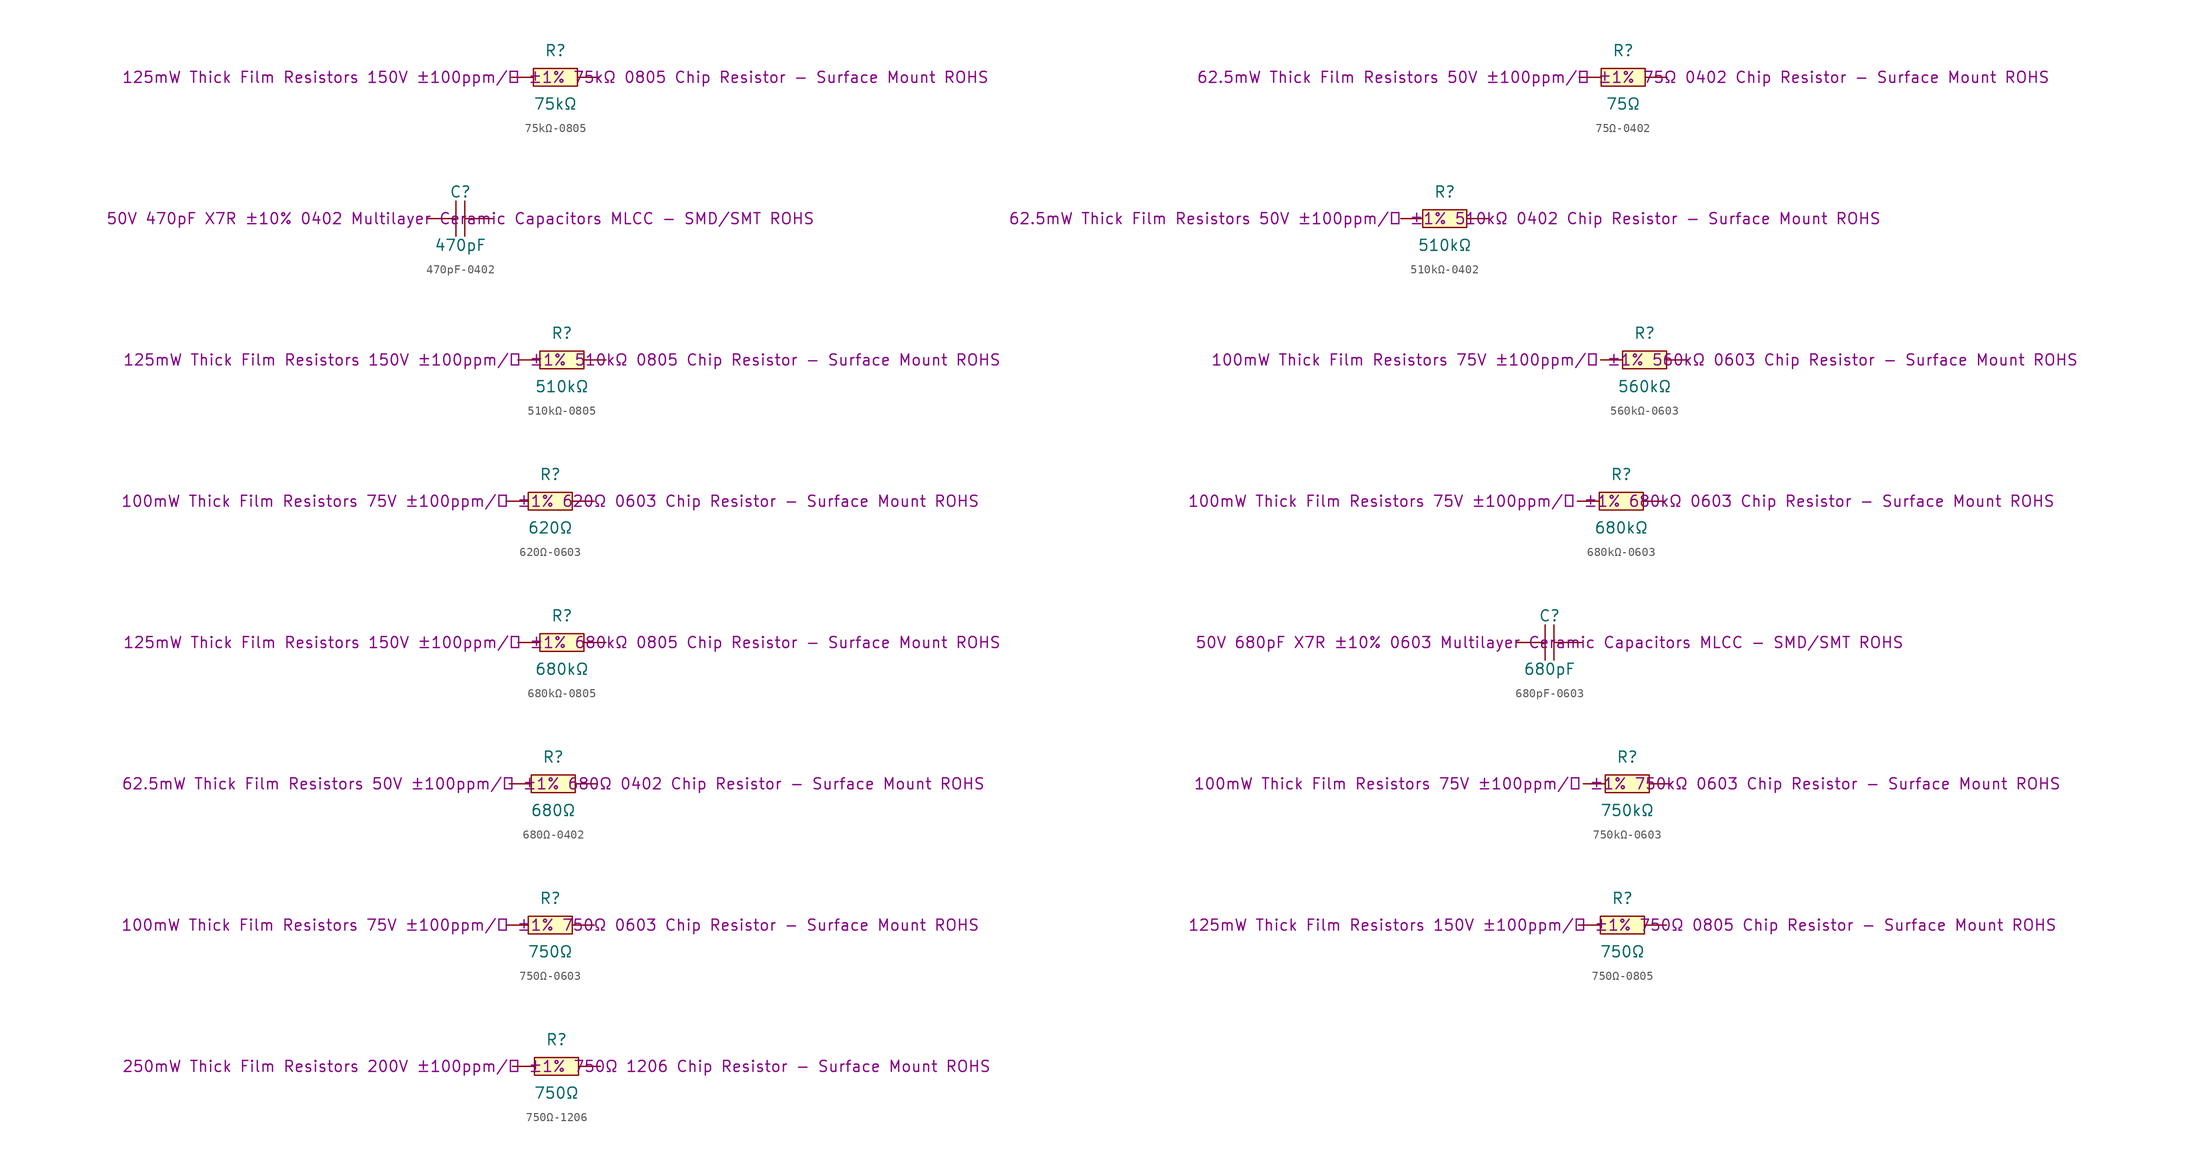
<source format=kicad_sym>
(kicad_symbol_lib
  (version 20241209)
  (generator "kicad_symbol_editor")
  (generator_version "9.0")
  (symbol "75kΩ-0805"
    (pin_numbers
      (hide yes))
    (pin_names
      (hide yes))
    (property "Reference" "R"
      (at 0 3.08 0)
      (effects (font (size 1.27 1.27))))
    (property "Value" "75kΩ"
      (at 0 -3.08 0)
      (effects (font (size 1.27 1.27))))
    (property "Description" "125mW Thick Film Resistors 150V ±100ppm/℃ ±1% 75kΩ 0805 Chip Resistor - Surface Mount ROHS"
      (at 0 0 0)
      (effects (font (size 1.27 1.27))))
    (symbol "75kΩ-0805_0_1"
      (rectangle (start -2.54 1.02) (end 2.54 -1.02) (stroke (width 0) (type default)) (fill (type background)))
      (pin input line (at -5.08 0 0) (length 2.54) (name "1" (effects (font (size 1.27 1.27)))) (number "1" (effects (font (size 1.27 1.27)))))
      (pin input line (at 5.08 0 180) (length 2.54) (name "2" (effects (font (size 1.27 1.27)))) (number "2" (effects (font (size 1.27 1.27)))))))
  (symbol "75Ω-0402"
    (pin_numbers
      (hide yes))
    (pin_names
      (hide yes))
    (property "Reference" "R"
      (at 0 3.08 0)
      (effects (font (size 1.27 1.27))))
    (property "Value" "75Ω"
      (at 0 -3.08 0)
      (effects (font (size 1.27 1.27))))
    (property "Description" "62.5mW Thick Film Resistors 50V ±100ppm/℃ ±1% 75Ω 0402 Chip Resistor - Surface Mount ROHS"
      (at 0 0 0)
      (effects (font (size 1.27 1.27))))
    (symbol "75Ω-0402_0_1"
      (rectangle (start -2.54 1.02) (end 2.54 -1.02) (stroke (width 0) (type default)) (fill (type background)))
      (pin input line (at -5.08 0 0) (length 2.54) (name "1" (effects (font (size 1.27 1.27)))) (number "1" (effects (font (size 1.27 1.27)))))
      (pin input line (at 5.08 0 180) (length 2.54) (name "2" (effects (font (size 1.27 1.27)))) (number "2" (effects (font (size 1.27 1.27)))))))
  (symbol "470pF-0402"
    (pin_numbers
      (hide yes))
    (pin_names
      (hide yes))
    (property "Reference" "C"
      (at 0 3.08 0)
      (effects (font (size 1.27 1.27))))
    (property "Value" "470pF"
      (at 0 -3.08 0)
      (effects (font (size 1.27 1.27))))
    (property "Description" "50V 470pF X7R ±10% 0402 Multilayer Ceramic Capacitors MLCC - SMD/SMT ROHS"
      (at 0 0 0)
      (effects (font (size 1.27 1.27))))
    (symbol "470pF-0402_0_1"
      (polyline (pts (xy -1.27 0) (xy -0.51 0)) (stroke (width 0) (type default)) (fill (type none)))
      (polyline (pts (xy -0.51 2.03) (xy -0.51 -2.03)) (stroke (width 0) (type default)) (fill (type none)))
      (polyline (pts (xy 0.51 2.03) (xy 0.51 -2.03)) (stroke (width 0) (type default)) (fill (type none)))
      (polyline (pts (xy 0.51 0) (xy 1.27 0)) (stroke (width 0) (type default)) (fill (type none)))
      (pin input line (at -3.81 0 0) (length 2.54) (name "1" (effects (font (size 1.27 1.27)))) (number "1" (effects (font (size 1.27 1.27)))))
      (pin input line (at 3.81 0 180) (length 2.54) (name "2" (effects (font (size 1.27 1.27)))) (number "2" (effects (font (size 1.27 1.27)))))))
  (symbol "510kΩ-0402"
    (pin_numbers
      (hide yes))
    (pin_names
      (hide yes))
    (property "Reference" "R"
      (at 0 3.08 0)
      (effects (font (size 1.27 1.27))))
    (property "Value" "510kΩ"
      (at 0 -3.08 0)
      (effects (font (size 1.27 1.27))))
    (property "Description" "62.5mW Thick Film Resistors 50V ±100ppm/℃ ±1% 510kΩ 0402 Chip Resistor - Surface Mount ROHS"
      (at 0 0 0)
      (effects (font (size 1.27 1.27))))
    (symbol "510kΩ-0402_0_1"
      (rectangle (start -2.54 1.02) (end 2.54 -1.02) (stroke (width 0) (type default)) (fill (type background)))
      (pin input line (at -5.08 0 0) (length 2.54) (name "1" (effects (font (size 1.27 1.27)))) (number "1" (effects (font (size 1.27 1.27)))))
      (pin input line (at 5.08 0 180) (length 2.54) (name "2" (effects (font (size 1.27 1.27)))) (number "2" (effects (font (size 1.27 1.27)))))))
  (symbol "510kΩ-0805"
    (pin_numbers
      (hide yes))
    (pin_names
      (hide yes))
    (property "Reference" "R"
      (at 0 3.08 0)
      (effects (font (size 1.27 1.27))))
    (property "Value" "510kΩ"
      (at 0 -3.08 0)
      (effects (font (size 1.27 1.27))))
    (property "Description" "125mW Thick Film Resistors 150V ±100ppm/℃ ±1% 510kΩ 0805 Chip Resistor - Surface Mount ROHS"
      (at 0 0 0)
      (effects (font (size 1.27 1.27))))
    (symbol "510kΩ-0805_0_1"
      (rectangle (start -2.54 1.02) (end 2.54 -1.02) (stroke (width 0) (type default)) (fill (type background)))
      (pin input line (at -5.08 0 0) (length 2.54) (name "1" (effects (font (size 1.27 1.27)))) (number "1" (effects (font (size 1.27 1.27)))))
      (pin input line (at 5.08 0 180) (length 2.54) (name "2" (effects (font (size 1.27 1.27)))) (number "2" (effects (font (size 1.27 1.27)))))))
  (symbol "560kΩ-0603"
    (pin_numbers
      (hide yes))
    (pin_names
      (hide yes))
    (property "Reference" "R"
      (at 0 3.08 0)
      (effects (font (size 1.27 1.27))))
    (property "Value" "560kΩ"
      (at 0 -3.08 0)
      (effects (font (size 1.27 1.27))))
    (property "Description" "100mW Thick Film Resistors 75V ±100ppm/℃ ±1% 560kΩ 0603 Chip Resistor - Surface Mount ROHS"
      (at 0 0 0)
      (effects (font (size 1.27 1.27))))
    (symbol "560kΩ-0603_0_1"
      (rectangle (start -2.54 1.02) (end 2.54 -1.02) (stroke (width 0) (type default)) (fill (type background)))
      (pin input line (at -5.08 0 0) (length 2.54) (name "1" (effects (font (size 1.27 1.27)))) (number "1" (effects (font (size 1.27 1.27)))))
      (pin input line (at 5.08 0 180) (length 2.54) (name "2" (effects (font (size 1.27 1.27)))) (number "2" (effects (font (size 1.27 1.27)))))))
  (symbol "620Ω-0603"
    (pin_numbers
      (hide yes))
    (pin_names
      (hide yes))
    (property "Reference" "R"
      (at 0 3.08 0)
      (effects (font (size 1.27 1.27))))
    (property "Value" "620Ω"
      (at 0 -3.08 0)
      (effects (font (size 1.27 1.27))))
    (property "Description" "100mW Thick Film Resistors 75V ±100ppm/℃ ±1% 620Ω 0603 Chip Resistor - Surface Mount ROHS"
      (at 0 0 0)
      (effects (font (size 1.27 1.27))))
    (symbol "620Ω-0603_0_1"
      (rectangle (start -2.54 1.02) (end 2.54 -1.02) (stroke (width 0) (type default)) (fill (type background)))
      (pin input line (at -5.08 0 0) (length 2.54) (name "1" (effects (font (size 1.27 1.27)))) (number "1" (effects (font (size 1.27 1.27)))))
      (pin input line (at 5.08 0 180) (length 2.54) (name "2" (effects (font (size 1.27 1.27)))) (number "2" (effects (font (size 1.27 1.27)))))))
  (symbol "680kΩ-0603"
    (pin_numbers
      (hide yes))
    (pin_names
      (hide yes))
    (property "Reference" "R"
      (at 0 3.08 0)
      (effects (font (size 1.27 1.27))))
    (property "Value" "680kΩ"
      (at 0 -3.08 0)
      (effects (font (size 1.27 1.27))))
    (property "Description" "100mW Thick Film Resistors 75V ±100ppm/℃ ±1% 680kΩ 0603 Chip Resistor - Surface Mount ROHS"
      (at 0 0 0)
      (effects (font (size 1.27 1.27))))
    (symbol "680kΩ-0603_0_1"
      (rectangle (start -2.54 1.02) (end 2.54 -1.02) (stroke (width 0) (type default)) (fill (type background)))
      (pin input line (at -5.08 0 0) (length 2.54) (name "1" (effects (font (size 1.27 1.27)))) (number "1" (effects (font (size 1.27 1.27)))))
      (pin input line (at 5.08 0 180) (length 2.54) (name "2" (effects (font (size 1.27 1.27)))) (number "2" (effects (font (size 1.27 1.27)))))))
  (symbol "680kΩ-0805"
    (pin_numbers
      (hide yes))
    (pin_names
      (hide yes))
    (property "Reference" "R"
      (at 0 3.08 0)
      (effects (font (size 1.27 1.27))))
    (property "Value" "680kΩ"
      (at 0 -3.08 0)
      (effects (font (size 1.27 1.27))))
    (property "Description" "125mW Thick Film Resistors 150V ±100ppm/℃ ±1% 680kΩ 0805 Chip Resistor - Surface Mount ROHS"
      (at 0 0 0)
      (effects (font (size 1.27 1.27))))
    (symbol "680kΩ-0805_0_1"
      (rectangle (start -2.54 1.02) (end 2.54 -1.02) (stroke (width 0) (type default)) (fill (type background)))
      (pin input line (at -5.08 0 0) (length 2.54) (name "1" (effects (font (size 1.27 1.27)))) (number "1" (effects (font (size 1.27 1.27)))))
      (pin input line (at 5.08 0 180) (length 2.54) (name "2" (effects (font (size 1.27 1.27)))) (number "2" (effects (font (size 1.27 1.27)))))))
  (symbol "680pF-0603"
    (pin_numbers
      (hide yes))
    (pin_names
      (hide yes))
    (property "Reference" "C"
      (at 0 3.08 0)
      (effects (font (size 1.27 1.27))))
    (property "Value" "680pF"
      (at 0 -3.08 0)
      (effects (font (size 1.27 1.27))))
    (property "Description" "50V 680pF X7R ±10% 0603 Multilayer Ceramic Capacitors MLCC - SMD/SMT ROHS"
      (at 0 0 0)
      (effects (font (size 1.27 1.27))))
    (symbol "680pF-0603_0_1"
      (polyline (pts (xy -1.27 0) (xy -0.51 0)) (stroke (width 0) (type default)) (fill (type none)))
      (polyline (pts (xy -0.51 2.03) (xy -0.51 -2.03)) (stroke (width 0) (type default)) (fill (type none)))
      (polyline (pts (xy 0.51 2.03) (xy 0.51 -2.03)) (stroke (width 0) (type default)) (fill (type none)))
      (polyline (pts (xy 0.51 0) (xy 1.27 0)) (stroke (width 0) (type default)) (fill (type none)))
      (pin input line (at -3.81 0 0) (length 2.54) (name "1" (effects (font (size 1.27 1.27)))) (number "1" (effects (font (size 1.27 1.27)))))
      (pin input line (at 3.81 0 180) (length 2.54) (name "2" (effects (font (size 1.27 1.27)))) (number "2" (effects (font (size 1.27 1.27)))))))
  (symbol "680Ω-0402"
    (pin_numbers
      (hide yes))
    (pin_names
      (hide yes))
    (property "Reference" "R"
      (at 0 3.08 0)
      (effects (font (size 1.27 1.27))))
    (property "Value" "680Ω"
      (at 0 -3.08 0)
      (effects (font (size 1.27 1.27))))
    (property "Description" "62.5mW Thick Film Resistors 50V ±100ppm/℃ ±1% 680Ω 0402 Chip Resistor - Surface Mount ROHS"
      (at 0 0 0)
      (effects (font (size 1.27 1.27))))
    (symbol "680Ω-0402_0_1"
      (rectangle (start -2.54 1.02) (end 2.54 -1.02) (stroke (width 0) (type default)) (fill (type background)))
      (pin input line (at -5.08 0 0) (length 2.54) (name "1" (effects (font (size 1.27 1.27)))) (number "1" (effects (font (size 1.27 1.27)))))
      (pin input line (at 5.08 0 180) (length 2.54) (name "2" (effects (font (size 1.27 1.27)))) (number "2" (effects (font (size 1.27 1.27)))))))
  (symbol "750kΩ-0603"
    (pin_numbers
      (hide yes))
    (pin_names
      (hide yes))
    (property "Reference" "R"
      (at 0 3.08 0)
      (effects (font (size 1.27 1.27))))
    (property "Value" "750kΩ"
      (at 0 -3.08 0)
      (effects (font (size 1.27 1.27))))
    (property "Description" "100mW Thick Film Resistors 75V ±100ppm/℃ ±1% 750kΩ 0603 Chip Resistor - Surface Mount ROHS"
      (at 0 0 0)
      (effects (font (size 1.27 1.27))))
    (symbol "750kΩ-0603_0_1"
      (rectangle (start -2.54 1.02) (end 2.54 -1.02) (stroke (width 0) (type default)) (fill (type background)))
      (pin input line (at -5.08 0 0) (length 2.54) (name "1" (effects (font (size 1.27 1.27)))) (number "1" (effects (font (size 1.27 1.27)))))
      (pin input line (at 5.08 0 180) (length 2.54) (name "2" (effects (font (size 1.27 1.27)))) (number "2" (effects (font (size 1.27 1.27)))))))
  (symbol "750Ω-0603"
    (pin_numbers
      (hide yes))
    (pin_names
      (hide yes))
    (property "Reference" "R"
      (at 0 3.08 0)
      (effects (font (size 1.27 1.27))))
    (property "Value" "750Ω"
      (at 0 -3.08 0)
      (effects (font (size 1.27 1.27))))
    (property "Description" "100mW Thick Film Resistors 75V ±100ppm/℃ ±1% 750Ω 0603 Chip Resistor - Surface Mount ROHS"
      (at 0 0 0)
      (effects (font (size 1.27 1.27))))
    (symbol "750Ω-0603_0_1"
      (rectangle (start -2.54 1.02) (end 2.54 -1.02) (stroke (width 0) (type default)) (fill (type background)))
      (pin input line (at -5.08 0 0) (length 2.54) (name "1" (effects (font (size 1.27 1.27)))) (number "1" (effects (font (size 1.27 1.27)))))
      (pin input line (at 5.08 0 180) (length 2.54) (name "2" (effects (font (size 1.27 1.27)))) (number "2" (effects (font (size 1.27 1.27)))))))
  (symbol "750Ω-0805"
    (pin_numbers
      (hide yes))
    (pin_names
      (hide yes))
    (property "Reference" "R"
      (at 0 3.08 0)
      (effects (font (size 1.27 1.27))))
    (property "Value" "750Ω"
      (at 0 -3.08 0)
      (effects (font (size 1.27 1.27))))
    (property "Description" "125mW Thick Film Resistors 150V ±100ppm/℃ ±1% 750Ω 0805 Chip Resistor - Surface Mount ROHS"
      (at 0 0 0)
      (effects (font (size 1.27 1.27))))
    (symbol "750Ω-0805_0_1"
      (rectangle (start -2.54 1.02) (end 2.54 -1.02) (stroke (width 0) (type default)) (fill (type background)))
      (pin input line (at -5.08 0 0) (length 2.54) (name "1" (effects (font (size 1.27 1.27)))) (number "1" (effects (font (size 1.27 1.27)))))
      (pin input line (at 5.08 0 180) (length 2.54) (name "2" (effects (font (size 1.27 1.27)))) (number "2" (effects (font (size 1.27 1.27)))))))
  (symbol "750Ω-1206"
    (pin_numbers
      (hide yes))
    (pin_names
      (hide yes))
    (property "Reference" "R"
      (at 0 3.08 0)
      (effects (font (size 1.27 1.27))))
    (property "Value" "750Ω"
      (at 0 -3.08 0)
      (effects (font (size 1.27 1.27))))
    (property "Description" "250mW Thick Film Resistors 200V ±100ppm/℃ ±1% 750Ω 1206 Chip Resistor - Surface Mount ROHS"
      (at 0 0 0)
      (effects (font (size 1.27 1.27))))
    (symbol "750Ω-1206_0_1"
      (rectangle (start -2.54 1.02) (end 2.54 -1.02) (stroke (width 0) (type default)) (fill (type background)))
      (pin input line (at -5.08 0 0) (length 2.54) (name "1" (effects (font (size 1.27 1.27)))) (number "1" (effects (font (size 1.27 1.27)))))
      (pin input line (at 5.08 0 180) (length 2.54) (name "2" (effects (font (size 1.27 1.27)))) (number "2" (effects (font (size 1.27 1.27))))))))
</source>
